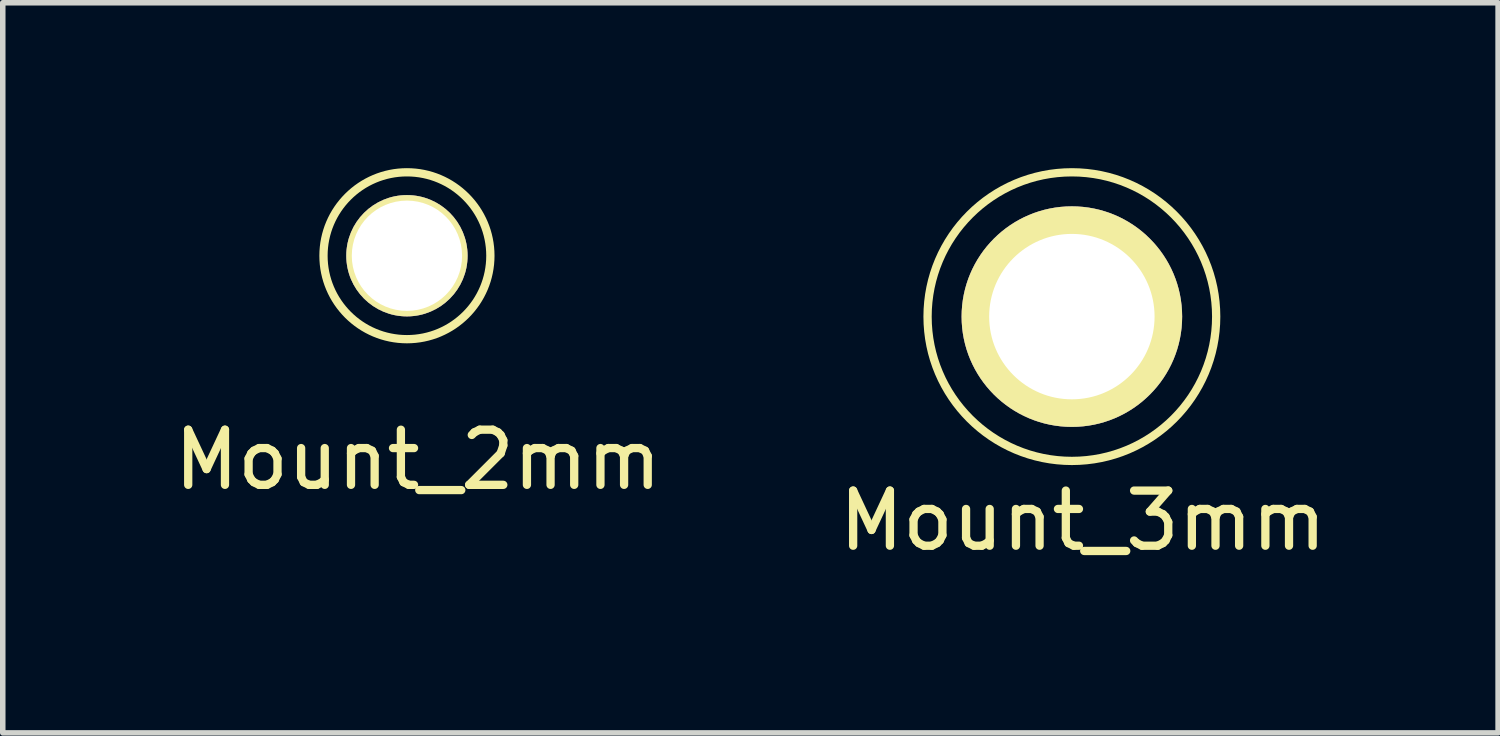
<source format=kicad_pcb>
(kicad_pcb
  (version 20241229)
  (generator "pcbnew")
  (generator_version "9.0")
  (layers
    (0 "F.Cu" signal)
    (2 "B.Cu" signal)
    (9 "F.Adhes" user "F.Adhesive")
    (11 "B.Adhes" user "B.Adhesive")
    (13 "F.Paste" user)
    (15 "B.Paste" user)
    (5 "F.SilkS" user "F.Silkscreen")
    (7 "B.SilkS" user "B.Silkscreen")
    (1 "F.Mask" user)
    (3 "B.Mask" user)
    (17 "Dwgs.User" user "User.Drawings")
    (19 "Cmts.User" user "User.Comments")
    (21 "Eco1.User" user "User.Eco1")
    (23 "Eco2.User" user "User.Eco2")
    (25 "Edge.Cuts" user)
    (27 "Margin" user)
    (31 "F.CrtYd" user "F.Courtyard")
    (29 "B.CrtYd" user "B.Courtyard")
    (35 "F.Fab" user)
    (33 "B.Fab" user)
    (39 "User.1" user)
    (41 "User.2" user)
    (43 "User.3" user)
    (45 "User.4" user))
  (footprint "Mount_2mm"
    (layer "F.Cu")
    (at 4.33 1.588)
    (property "Reference" "Mount_2mm" (at 0.2 3.7 0) (layer "F.SilkS") (effects (font (size 1 1) (thickness 0.15))))
    (attr through_hole)
    (fp_circle (center 0 0) (end -0.2 -1.5) (stroke (width 0.15) (type solid)) (fill no) (layer "F.SilkS"))
    (pad "1" thru_hole circle (at 0 0) (size 2.2 2.2) (drill 2) (layers "*.Cu" "*.Mask" "F.SilkS")))
  (footprint "Mount_3mm"
    (layer "F.Cu")
    (at 16.389 2.692)
    (property "Reference" "Mount_3mm" (at 0.2 3.7 0) (layer "F.SilkS") (effects (font (size 1 1) (thickness 0.15))))
    (attr through_hole)
    (fp_circle (center 0 0) (end -0.3 -2.6) (stroke (width 0.15) (type solid)) (fill no) (layer "F.SilkS"))
    (pad "1" thru_hole circle (at 0 0) (size 4 4) (drill 3) (layers "*.Cu" "*.Mask" "F.SilkS")))
  (gr_rect
    (start -3 -3)
    (end 24.119 10.241)
    (stroke (width 0.1) (type default))
    (fill no)
    (layer "Edge.Cuts")))
</source>
